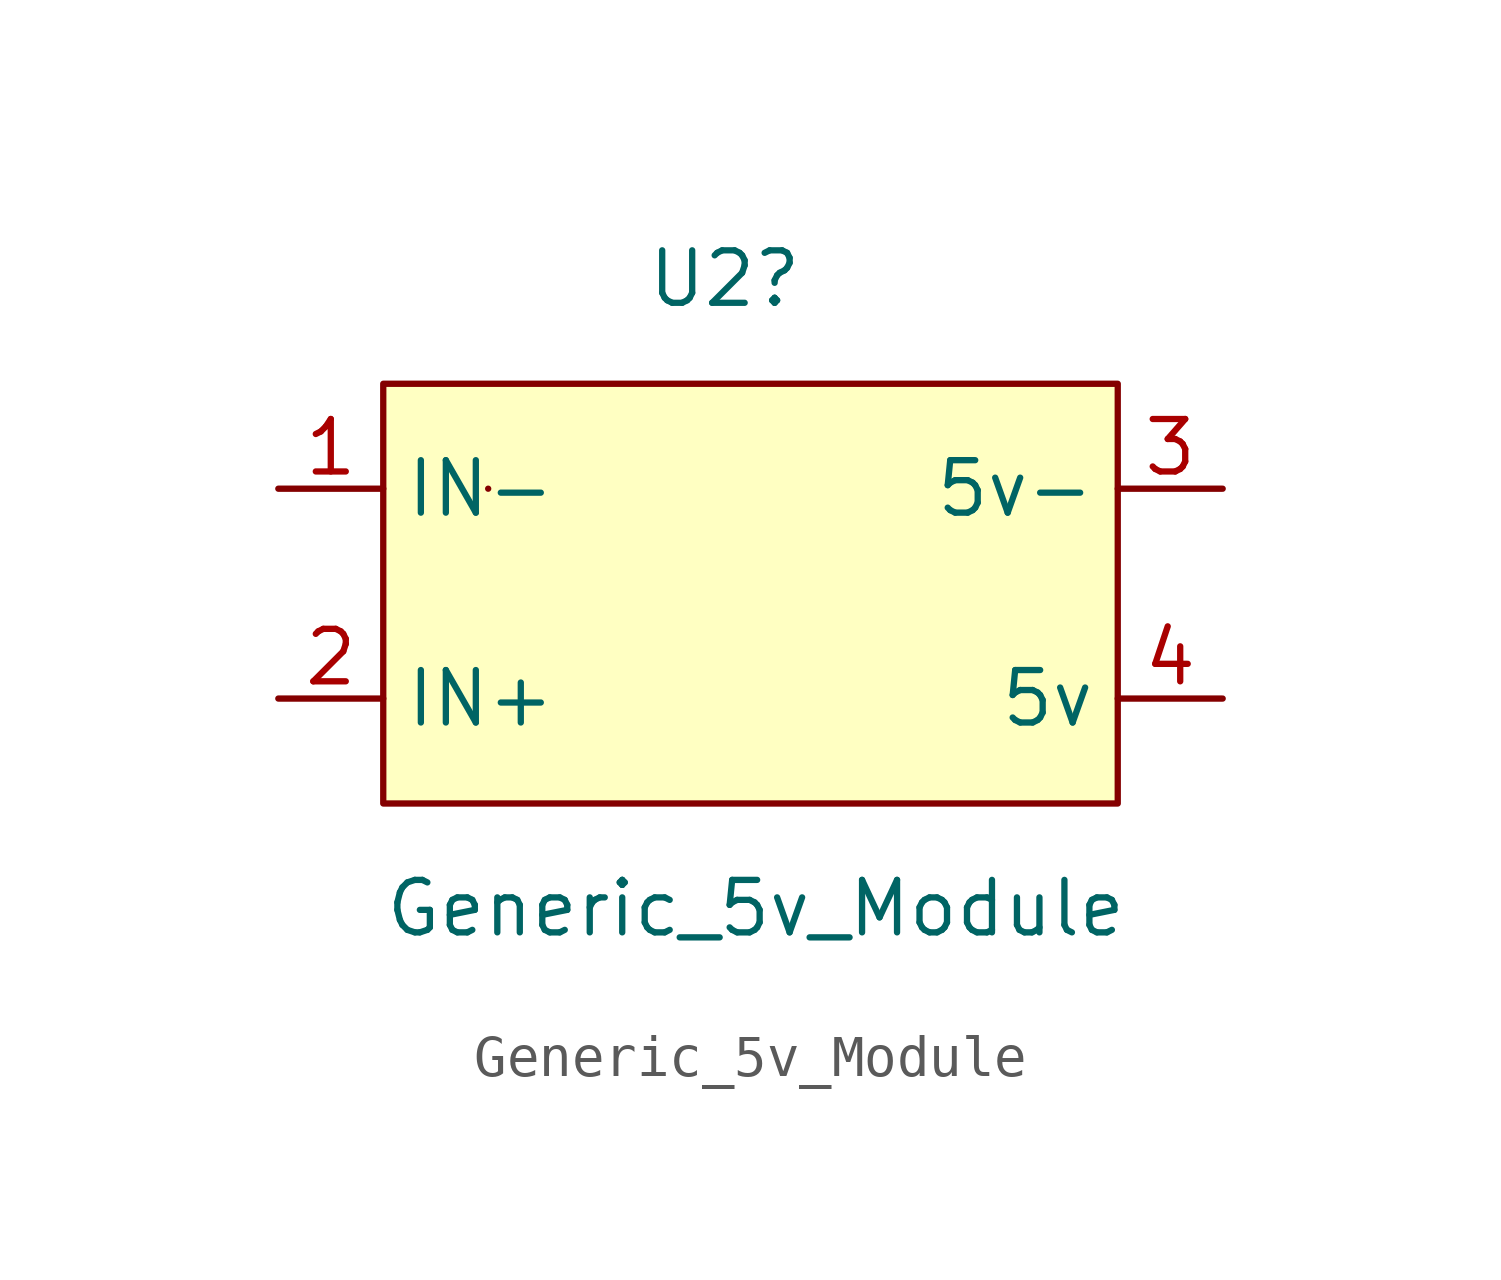
<source format=kicad_sym>
(kicad_symbol_lib
  (version 20220914)
  (generator kicad_symbol_editor)
  (symbol "Generic_5v_Module"
    (property "Reference" "U2"
      (at 6.35 2.54 0)
      (effects (font (size 1.27 1.27)) (justify left)))
    (property "Value" "Generic_5v_Module"
      (at 0 -12.7 0)
      (effects (font (size 1.27 1.27)) (justify left)))
    (symbol "Generic_5v_Module_0_1"
      (rectangle (start 0 0) (end 17.78 -10.16) (stroke (width 0) (type default)) (fill (type background)))
      (rectangle (start 2.54 -2.54) (end 2.54 -2.54) (stroke (width 0) (type default)) (fill (type none))))
    (symbol "Generic_5v_Module_1_1"
      (pin input line (at -2.54 -2.54 0) (length 2.54) (name "IN-" (effects (font (size 1.27 1.27)))) (number "1" (effects (font (size 1.27 1.27)))))
      (pin input line (at -2.54 -7.62 0) (length 2.54) (name "IN+" (effects (font (size 1.27 1.27)))) (number "2" (effects (font (size 1.27 1.27)))))
      (pin output line (at 20.32 -2.54 180) (length 2.54) (name "5v-" (effects (font (size 1.27 1.27)))) (number "3" (effects (font (size 1.27 1.27)))))
      (pin output line (at 20.32 -7.62 180) (length 2.54) (name "5v" (effects (font (size 1.27 1.27)))) (number "4" (effects (font (size 1.27 1.27))))))))
</source>
